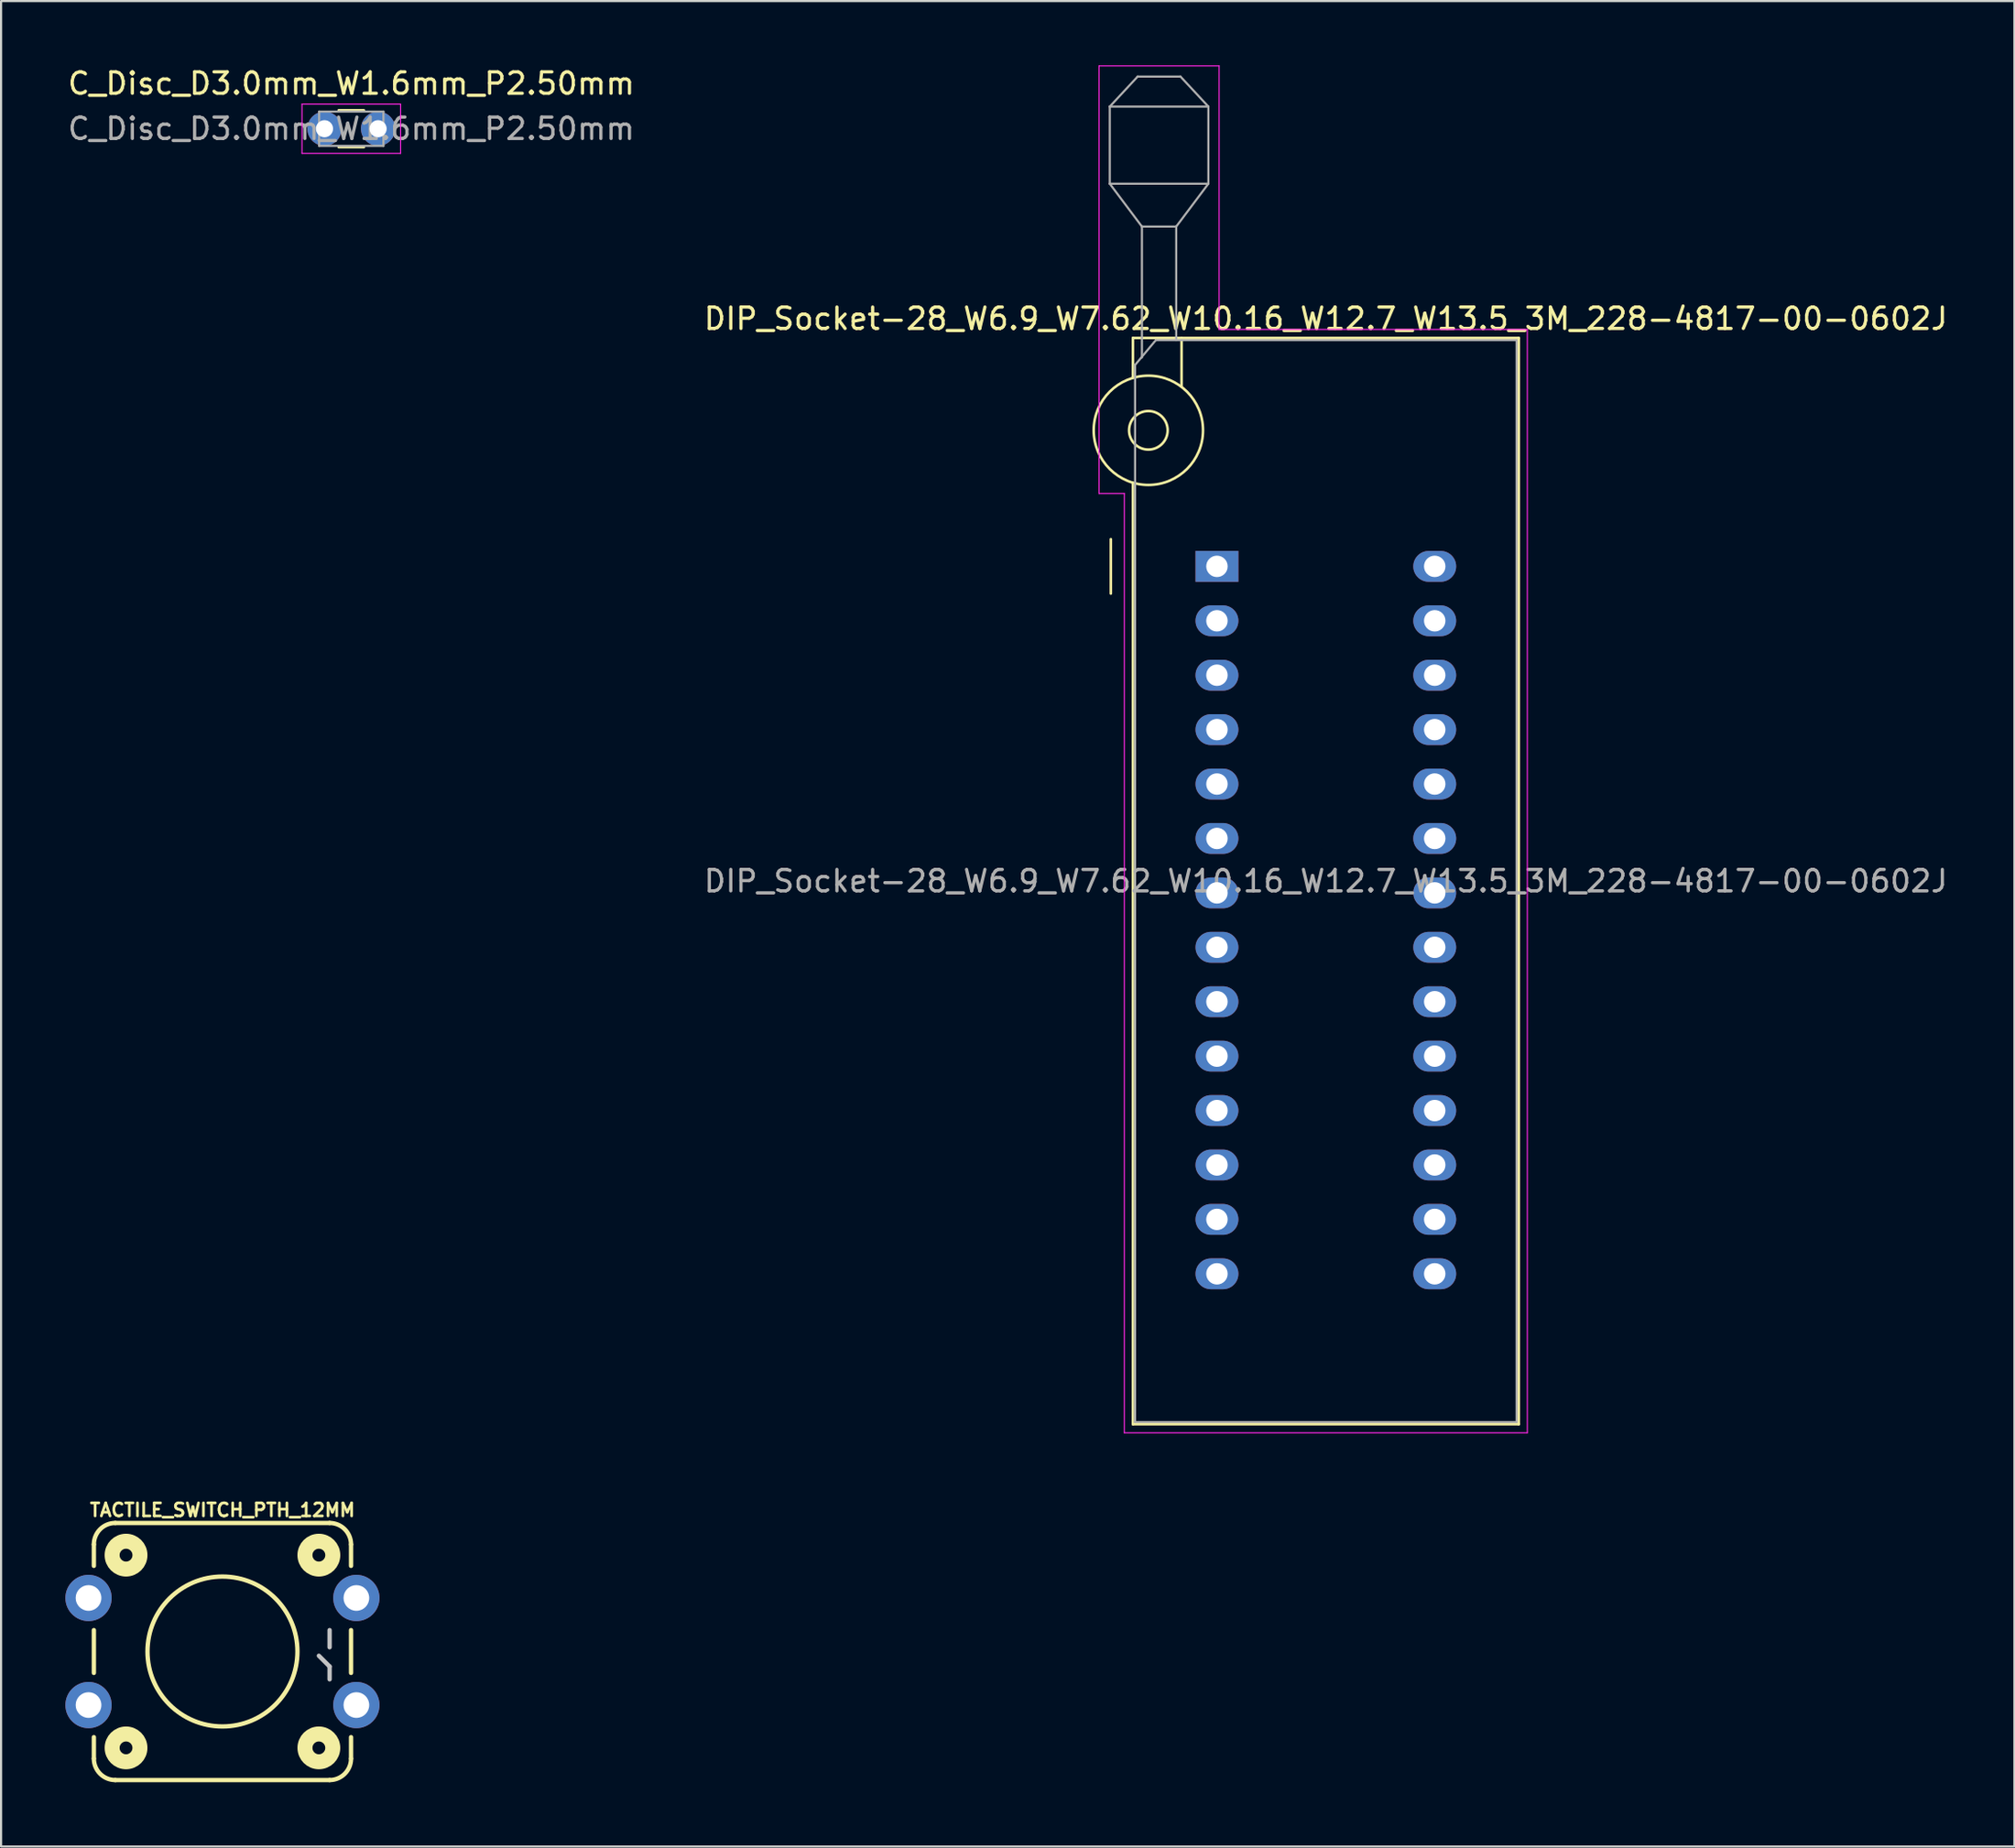
<source format=kicad_pcb>
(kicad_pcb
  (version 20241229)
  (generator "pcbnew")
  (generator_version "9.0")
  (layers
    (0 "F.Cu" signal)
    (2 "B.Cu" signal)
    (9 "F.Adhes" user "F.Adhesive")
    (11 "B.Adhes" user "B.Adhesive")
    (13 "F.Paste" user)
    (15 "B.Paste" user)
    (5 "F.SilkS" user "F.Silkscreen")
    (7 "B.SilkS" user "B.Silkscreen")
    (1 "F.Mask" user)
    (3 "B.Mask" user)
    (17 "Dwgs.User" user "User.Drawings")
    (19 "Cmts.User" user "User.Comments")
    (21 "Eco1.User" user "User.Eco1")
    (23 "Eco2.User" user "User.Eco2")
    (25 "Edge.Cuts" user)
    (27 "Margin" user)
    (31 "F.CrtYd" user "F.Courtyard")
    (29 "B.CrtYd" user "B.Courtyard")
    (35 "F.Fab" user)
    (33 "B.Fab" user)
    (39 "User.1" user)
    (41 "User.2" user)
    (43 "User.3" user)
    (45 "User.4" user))
  (footprint "TACTILE_SWITCH_PTH_12MM"
    (layer "F.Cu")
    (at 7.328 74.034)
    (property "Reference" "TACTILE_SWITCH_PTH_12MM" (at 0 -6.604 0) (layer "F.SilkS") (effects (font (size 0.61 0.61) (thickness 0.127))))
    (attr exclude_from_pos_files exclude_from_bom)
    (fp_line (start -5.999 -3.998) (end -5.999 -4.999) (stroke (width 0.203) (type solid)) (layer "F.SilkS"))
    (fp_line (start -5.999 0.998) (end -5.999 -0.998) (stroke (width 0.203) (type solid)) (layer "F.SilkS"))
    (fp_line (start -5.999 4.999) (end -5.999 3.998) (stroke (width 0.203) (type solid)) (layer "F.SilkS"))
    (fp_line (start -4.999 -5.999) (end 4.999 -5.999) (stroke (width 0.203) (type solid)) (layer "F.SilkS"))
    (fp_line (start 4.999 5.999) (end -4.999 5.999) (stroke (width 0.203) (type solid)) (layer "F.SilkS"))
    (fp_line (start 5.999 -4.999) (end 5.999 -3.998) (stroke (width 0.203) (type solid)) (layer "F.SilkS"))
    (fp_line (start 5.999 -0.998) (end 5.999 0.998) (stroke (width 0.203) (type solid)) (layer "F.SilkS"))
    (fp_line (start 5.999 3.998) (end 5.999 4.999) (stroke (width 0.203) (type solid)) (layer "F.SilkS"))
    (fp_arc (start -5.99948 -4.99872) (mid -5.706364 -5.706364) (end -4.99872 -5.99948) (stroke (width 0.2032) (type solid)) (layer "F.SilkS"))
    (fp_arc (start -4.99872 5.99948) (mid -5.706364 5.706364) (end -5.99948 4.99872) (stroke (width 0.2032) (type solid)) (layer "F.SilkS"))
    (fp_arc (start 4.99872 -5.99948) (mid 5.706364 -5.706364) (end 5.99948 -4.99872) (stroke (width 0.2032) (type solid)) (layer "F.SilkS"))
    (fp_arc (start 5.99948 4.99872) (mid 5.706364 5.706364) (end 4.99872 5.99948) (stroke (width 0.2032) (type solid)) (layer "F.SilkS"))
    (fp_circle (center -4.498 -4.498) (end -4.498 -4.798) (stroke (width 0.699) (type solid)) (fill no) (layer "F.SilkS"))
    (fp_circle (center -4.498 4.498) (end -4.498 4.199) (stroke (width 0.699) (type solid)) (fill no) (layer "F.SilkS"))
    (fp_circle (center 0 0) (end 0 -3.498) (stroke (width 0.203) (type solid)) (fill no) (layer "F.SilkS"))
    (fp_circle (center 4.498 -4.498) (end 4.498 -4.798) (stroke (width 0.699) (type solid)) (fill no) (layer "F.SilkS"))
    (fp_circle (center 4.498 4.498) (end 4.498 4.199) (stroke (width 0.699) (type solid)) (fill no) (layer "F.SilkS"))
    (fp_line (start 4.999 -0.198) (end 4.999 -0.998) (stroke (width 0.203) (type solid)) (layer "Dwgs.User"))
    (fp_line (start 4.999 0.699) (end 4.498 0.198) (stroke (width 0.203) (type solid)) (layer "Dwgs.User"))
    (fp_line (start 4.999 1.298) (end 4.999 0.699) (stroke (width 0.203) (type solid)) (layer "Dwgs.User"))
    (pad "1" thru_hole circle (at -6.248 2.499) (size 2.159 2.159) (drill 1.199) (layers "*.Cu" "*.Mask"))
    (pad "1" thru_hole circle (at 6.248 2.499) (size 2.159 2.159) (drill 1.199) (layers "*.Cu" "*.Mask"))
    (pad "2" thru_hole circle (at -6.248 -2.499) (size 2.159 2.159) (drill 1.199) (layers "*.Cu" "*.Mask"))
    (pad "2" thru_hole circle (at 6.248 -2.499) (size 2.159 2.159) (drill 1.199) (layers "*.Cu" "*.Mask")))
  (footprint "DIP_Socket-28_W6.9_W7.62_W10.16_W12.7_W13.5_3M_228-4817-00-0602J"
    (layer "F.Cu")
    (at 53.724 23.385)
    (property "Reference" "DIP_Socket-28_W6.9_W7.62_W10.16_W12.7_W13.5_3M_228-4817-00-0602J" (at 5.08 -11.56 0) (layer "F.SilkS") (effects (font (size 1 1) (thickness 0.15))))
    (attr through_hole)
    (fp_line (start -4.95 1.27) (end -4.95 -1.27) (stroke (width 0.12) (type solid)) (layer "F.SilkS"))
    (fp_line (start -3.92 -10.66) (end -3.92 -8.8) (stroke (width 0.12) (type solid)) (layer "F.SilkS"))
    (fp_line (start -3.92 -3.9) (end -3.92 40.04) (stroke (width 0.12) (type solid)) (layer "F.SilkS"))
    (fp_line (start -3.92 40.04) (end 14.08 40.04) (stroke (width 0.12) (type solid)) (layer "F.SilkS"))
    (fp_line (start -1.65 -10.66) (end -1.65 -8.4) (stroke (width 0.12) (type solid)) (layer "F.SilkS"))
    (fp_line (start 14.08 -10.66) (end -3.92 -10.66) (stroke (width 0.12) (type solid)) (layer "F.SilkS"))
    (fp_line (start 14.08 40.04) (end 14.08 -10.66) (stroke (width 0.12) (type solid)) (layer "F.SilkS"))
    (fp_circle (center -3.2 -6.35) (end -2.3 -6.35) (stroke (width 0.12) (type solid)) (fill no) (layer "F.SilkS"))
    (fp_circle (center -3.2 -6.35) (end -0.65 -6.35) (stroke (width 0.12) (type solid)) (fill no) (layer "F.SilkS"))
    (fp_line (start -5.5 -23.36) (end 0.1 -23.36) (stroke (width 0.05) (type solid)) (layer "F.CrtYd"))
    (fp_line (start -5.5 -3.4) (end -5.5 -23.36) (stroke (width 0.05) (type solid)) (layer "F.CrtYd"))
    (fp_line (start -4.32 -3.4) (end -5.5 -3.4) (stroke (width 0.05) (type solid)) (layer "F.CrtYd"))
    (fp_line (start -4.32 40.44) (end -4.32 -3.4) (stroke (width 0.05) (type solid)) (layer "F.CrtYd"))
    (fp_line (start 0.1 -23.36) (end 0.1 -11.06) (stroke (width 0.05) (type solid)) (layer "F.CrtYd"))
    (fp_line (start 0.1 -11.06) (end 14.48 -11.06) (stroke (width 0.05) (type solid)) (layer "F.CrtYd"))
    (fp_line (start 14.48 -11.06) (end 14.48 40.44) (stroke (width 0.05) (type solid)) (layer "F.CrtYd"))
    (fp_line (start 14.48 40.44) (end -4.32 40.44) (stroke (width 0.05) (type solid)) (layer "F.CrtYd"))
    (fp_line (start -5 -21.46) (end -5 -17.86) (stroke (width 0.1) (type solid)) (layer "F.Fab"))
    (fp_line (start -5 -21.46) (end -3.7 -22.86) (stroke (width 0.1) (type solid)) (layer "F.Fab"))
    (fp_line (start -5 -17.86) (end -3.5 -15.86) (stroke (width 0.1) (type solid)) (layer "F.Fab"))
    (fp_line (start -5 -17.86) (end -0.4 -17.86) (stroke (width 0.1) (type solid)) (layer "F.Fab"))
    (fp_line (start -3.82 -9.4) (end -2.85 -10.56) (stroke (width 0.1) (type solid)) (layer "F.Fab"))
    (fp_line (start -3.82 39.94) (end -3.82 -9.4) (stroke (width 0.1) (type solid)) (layer "F.Fab"))
    (fp_line (start -3.7 -22.86) (end -1.7 -22.86) (stroke (width 0.1) (type solid)) (layer "F.Fab"))
    (fp_line (start -3.5 -15.86) (end -1.9 -15.86) (stroke (width 0.1) (type solid)) (layer "F.Fab"))
    (fp_line (start -3.5 -9.75) (end -3.5 -15.86) (stroke (width 0.1) (type solid)) (layer "F.Fab"))
    (fp_line (start -2.85 -10.56) (end 13.98 -10.56) (stroke (width 0.1) (type solid)) (layer "F.Fab"))
    (fp_line (start -1.9 -15.86) (end -1.9 -10.56) (stroke (width 0.1) (type solid)) (layer "F.Fab"))
    (fp_line (start -1.7 -22.86) (end -0.4 -21.46) (stroke (width 0.1) (type solid)) (layer "F.Fab"))
    (fp_line (start -0.4 -21.46) (end -5 -21.46) (stroke (width 0.1) (type solid)) (layer "F.Fab"))
    (fp_line (start -0.4 -17.86) (end -1.9 -15.86) (stroke (width 0.1) (type solid)) (layer "F.Fab"))
    (fp_line (start -0.4 -17.86) (end -0.4 -21.46) (stroke (width 0.1) (type solid)) (layer "F.Fab"))
    (fp_line (start 13.98 -10.56) (end 13.98 39.94) (stroke (width 0.1) (type solid)) (layer "F.Fab"))
    (fp_line (start 13.98 39.94) (end -3.82 39.94) (stroke (width 0.1) (type solid)) (layer "F.Fab"))
    (fp_text user "${REFERENCE}" (at 5.08 14.69 0) (layer "F.Fab") (effects (font (size 1 1) (thickness 0.15))))
    (pad "1" thru_hole rect (at 0 0) (size 2 1.44) (drill 1) (layers "*.Cu" "*.Mask"))
    (pad "2" thru_hole oval (at 0 2.54) (size 2 1.44) (drill 1) (layers "*.Cu" "*.Mask"))
    (pad "3" thru_hole oval (at 0 5.08) (size 2 1.44) (drill 1) (layers "*.Cu" "*.Mask"))
    (pad "4" thru_hole oval (at 0 7.62) (size 2 1.44) (drill 1) (layers "*.Cu" "*.Mask"))
    (pad "5" thru_hole oval (at 0 10.16) (size 2 1.44) (drill 1) (layers "*.Cu" "*.Mask"))
    (pad "6" thru_hole oval (at 0 12.7) (size 2 1.44) (drill 1) (layers "*.Cu" "*.Mask"))
    (pad "7" thru_hole oval (at 0 15.24) (size 2 1.44) (drill 1) (layers "*.Cu" "*.Mask"))
    (pad "8" thru_hole oval (at 0 17.78) (size 2 1.44) (drill 1) (layers "*.Cu" "*.Mask"))
    (pad "9" thru_hole oval (at 0 20.32) (size 2 1.44) (drill 1) (layers "*.Cu" "*.Mask"))
    (pad "10" thru_hole oval (at 0 22.86) (size 2 1.44) (drill 1) (layers "*.Cu" "*.Mask"))
    (pad "11" thru_hole oval (at 0 25.4) (size 2 1.44) (drill 1) (layers "*.Cu" "*.Mask"))
    (pad "12" thru_hole oval (at 0 27.94) (size 2 1.44) (drill 1) (layers "*.Cu" "*.Mask"))
    (pad "13" thru_hole oval (at 0 30.48) (size 2 1.44) (drill 1) (layers "*.Cu" "*.Mask"))
    (pad "14" thru_hole oval (at 0 33.02) (size 2 1.44) (drill 1) (layers "*.Cu" "*.Mask"))
    (pad "15" thru_hole oval (at 10.16 33.02) (size 2 1.44) (drill 1) (layers "*.Cu" "*.Mask"))
    (pad "16" thru_hole oval (at 10.16 30.48) (size 2 1.44) (drill 1) (layers "*.Cu" "*.Mask"))
    (pad "17" thru_hole oval (at 10.16 27.94) (size 2 1.44) (drill 1) (layers "*.Cu" "*.Mask"))
    (pad "18" thru_hole oval (at 10.16 25.4) (size 2 1.44) (drill 1) (layers "*.Cu" "*.Mask"))
    (pad "19" thru_hole oval (at 10.16 22.86) (size 2 1.44) (drill 1) (layers "*.Cu" "*.Mask"))
    (pad "20" thru_hole oval (at 10.16 20.32) (size 2 1.44) (drill 1) (layers "*.Cu" "*.Mask"))
    (pad "21" thru_hole oval (at 10.16 17.78) (size 2 1.44) (drill 1) (layers "*.Cu" "*.Mask"))
    (pad "22" thru_hole oval (at 10.16 15.24) (size 2 1.44) (drill 1) (layers "*.Cu" "*.Mask"))
    (pad "23" thru_hole oval (at 10.16 12.7) (size 2 1.44) (drill 1) (layers "*.Cu" "*.Mask"))
    (pad "24" thru_hole oval (at 10.16 10.16) (size 2 1.44) (drill 1) (layers "*.Cu" "*.Mask"))
    (pad "25" thru_hole oval (at 10.16 7.62) (size 2 1.44) (drill 1) (layers "*.Cu" "*.Mask"))
    (pad "26" thru_hole oval (at 10.16 5.08) (size 2 1.44) (drill 1) (layers "*.Cu" "*.Mask"))
    (pad "27" thru_hole oval (at 10.16 2.54) (size 2 1.44) (drill 1) (layers "*.Cu" "*.Mask"))
    (pad "28" thru_hole oval (at 10.16 0) (size 2 1.44) (drill 1) (layers "*.Cu" "*.Mask")))
  (footprint "C_Disc_D3.0mm_W1.6mm_P2.50mm"
    (layer "F.Cu")
    (at 12.089 2.958)
    (property "Reference" "C_Disc_D3.0mm_W1.6mm_P2.50mm" (at 1.25 -2.11 0) (layer "F.SilkS") (effects (font (size 1 1) (thickness 0.15))))
    (attr through_hole)
    (fp_line (start 0.663 -0.861) (end 1.837 -0.861) (stroke (width 0.12) (type solid)) (layer "F.SilkS"))
    (fp_line (start 0.663 0.861) (end 1.837 0.861) (stroke (width 0.12) (type solid)) (layer "F.SilkS"))
    (fp_line (start -1.05 -1.15) (end -1.05 1.15) (stroke (width 0.05) (type solid)) (layer "F.CrtYd"))
    (fp_line (start -1.05 1.15) (end 3.55 1.15) (stroke (width 0.05) (type solid)) (layer "F.CrtYd"))
    (fp_line (start 3.55 -1.15) (end -1.05 -1.15) (stroke (width 0.05) (type solid)) (layer "F.CrtYd"))
    (fp_line (start 3.55 1.15) (end 3.55 -1.15) (stroke (width 0.05) (type solid)) (layer "F.CrtYd"))
    (fp_line (start -0.25 -0.8) (end -0.25 0.8) (stroke (width 0.1) (type solid)) (layer "F.Fab"))
    (fp_line (start -0.25 0.8) (end 2.75 0.8) (stroke (width 0.1) (type solid)) (layer "F.Fab"))
    (fp_line (start 2.75 -0.8) (end -0.25 -0.8) (stroke (width 0.1) (type solid)) (layer "F.Fab"))
    (fp_line (start 2.75 0.8) (end 2.75 -0.8) (stroke (width 0.1) (type solid)) (layer "F.Fab"))
    (fp_text user "${REFERENCE}" (at 1.25 0 0) (layer "F.Fab") (effects (font (size 1 1) (thickness 0.15))))
    (pad "1" thru_hole circle (at 0 0) (size 1.6 1.6) (drill 0.8) (layers "*.Cu" "*.Mask"))
    (pad "2" thru_hole circle (at 2.5 0) (size 1.6 1.6) (drill 0.8) (layers "*.Cu" "*.Mask")))
  (gr_rect
    (start -3 -3)
    (end 90.929 83.135)
    (stroke (width 0.1) (type default))
    (fill no)
    (layer "Edge.Cuts")))
</source>
